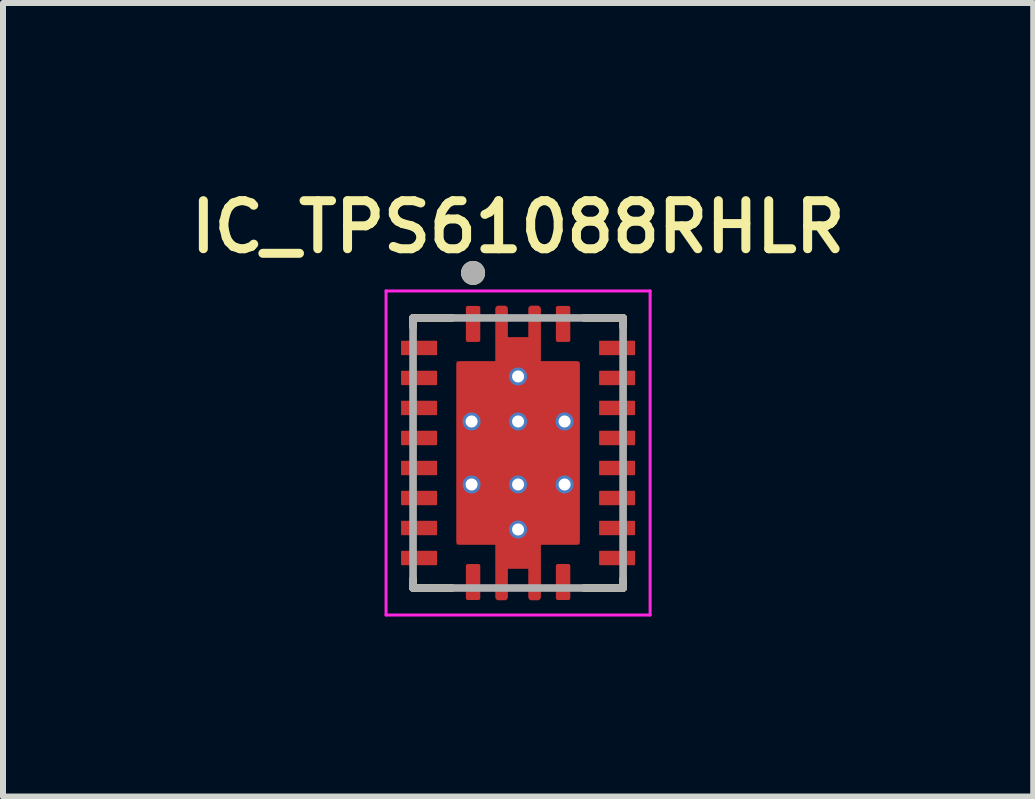
<source format=kicad_pcb>
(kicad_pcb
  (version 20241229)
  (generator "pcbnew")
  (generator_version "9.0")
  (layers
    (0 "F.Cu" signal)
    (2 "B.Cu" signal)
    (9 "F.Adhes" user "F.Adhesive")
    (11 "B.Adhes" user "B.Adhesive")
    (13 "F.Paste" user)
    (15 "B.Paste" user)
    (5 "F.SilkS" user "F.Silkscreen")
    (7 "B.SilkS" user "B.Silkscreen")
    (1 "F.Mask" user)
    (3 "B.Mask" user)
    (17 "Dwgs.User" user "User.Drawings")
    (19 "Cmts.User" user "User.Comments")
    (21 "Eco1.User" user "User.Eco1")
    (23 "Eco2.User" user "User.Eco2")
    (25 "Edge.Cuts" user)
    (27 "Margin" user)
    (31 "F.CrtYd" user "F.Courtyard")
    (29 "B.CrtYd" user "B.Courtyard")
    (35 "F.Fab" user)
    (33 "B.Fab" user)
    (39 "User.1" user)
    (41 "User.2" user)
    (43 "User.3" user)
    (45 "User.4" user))
  (footprint "IC_TPS61088RHLR"
    (layer "F.Cu")
    (at 5.583 4.498)
    (property "Reference" "IC_TPS61088RHLR" (at 0 -3.766 0) (layer "F.SilkS") (effects (font (size 0.801 0.801) (thickness 0.15))))
    (attr smd)
    (fp_poly (pts (xy -0.477 -1.627) (xy -0.477 -2.4) (xy -0.477 -2.408) (xy -0.476 -2.416) (xy -0.475 -2.424) (xy -0.474 -2.432) (xy -0.472 -2.439) (xy -0.47 -2.447) (xy -0.467 -2.454) (xy -0.464 -2.462) (xy -0.46 -2.469) (xy -0.457 -2.476) (xy -0.452 -2.483) (xy -0.448 -2.489) (xy -0.443 -2.496) (xy -0.438 -2.502) (xy -0.432 -2.507) (xy -0.427 -2.513) (xy -0.421 -2.518) (xy -0.414 -2.523) (xy -0.408 -2.527) (xy -0.401 -2.532) (xy -0.394 -2.535) (xy -0.387 -2.539) (xy -0.379 -2.542) (xy -0.372 -2.545) (xy -0.364 -2.547) (xy -0.357 -2.549) (xy -0.349 -2.55) (xy -0.341 -2.551) (xy -0.333 -2.552) (xy -0.325 -2.552) (xy -0.225 -2.552) (xy -0.217 -2.552) (xy -0.209 -2.551) (xy -0.201 -2.55) (xy -0.193 -2.549) (xy -0.186 -2.547) (xy -0.178 -2.545) (xy -0.171 -2.542) (xy -0.163 -2.539) (xy -0.156 -2.535) (xy -0.149 -2.532) (xy -0.142 -2.527) (xy -0.136 -2.523) (xy -0.129 -2.518) (xy -0.123 -2.513) (xy -0.118 -2.507) (xy -0.112 -2.502) (xy -0.107 -2.496) (xy -0.102 -2.489) (xy -0.098 -2.483) (xy -0.093 -2.476) (xy -0.09 -2.469) (xy -0.086 -2.462) (xy -0.083 -2.454) (xy -0.08 -2.447) (xy -0.078 -2.439) (xy -0.076 -2.432) (xy -0.075 -2.424) (xy -0.074 -2.416) (xy -0.073 -2.408) (xy -0.073 -2.4) (xy -0.073 -2.027) (xy 0.072 -2.027) (xy 0.073 -2.027) (xy 0.073 -2.402) (xy 0.073 -2.41) (xy 0.074 -2.418) (xy 0.075 -2.425) (xy 0.076 -2.433) (xy 0.078 -2.441) (xy 0.08 -2.448) (xy 0.083 -2.456) (xy 0.086 -2.463) (xy 0.089 -2.47) (xy 0.093 -2.477) (xy 0.097 -2.484) (xy 0.102 -2.49) (xy 0.106 -2.496) (xy 0.112 -2.502) (xy 0.117 -2.508) (xy 0.123 -2.513) (xy 0.129 -2.519) (xy 0.135 -2.523) (xy 0.141 -2.528) (xy 0.148 -2.532) (xy 0.155 -2.536) (xy 0.162 -2.539) (xy 0.169 -2.542) (xy 0.177 -2.545) (xy 0.184 -2.547) (xy 0.192 -2.549) (xy 0.2 -2.55) (xy 0.207 -2.551) (xy 0.215 -2.552) (xy 0.223 -2.552) (xy 0.326 -2.552) (xy 0.334 -2.552) (xy 0.342 -2.551) (xy 0.35 -2.55) (xy 0.357 -2.549) (xy 0.365 -2.547) (xy 0.373 -2.545) (xy 0.38 -2.542) (xy 0.387 -2.539) (xy 0.395 -2.536) (xy 0.401 -2.532) (xy 0.408 -2.528) (xy 0.415 -2.523) (xy 0.421 -2.518) (xy 0.427 -2.513) (xy 0.433 -2.508) (xy 0.438 -2.502) (xy 0.443 -2.496) (xy 0.448 -2.49) (xy 0.453 -2.483) (xy 0.457 -2.476) (xy 0.461 -2.47) (xy 0.464 -2.462) (xy 0.467 -2.455) (xy 0.47 -2.448) (xy 0.472 -2.44) (xy 0.474 -2.432) (xy 0.475 -2.425) (xy 0.476 -2.417) (xy 0.477 -2.409) (xy 0.477 -2.401) (xy 0.477 -1.627) (xy 0.975 -1.627) (xy 0.983 -1.627) (xy 0.991 -1.626) (xy 0.999 -1.625) (xy 1.007 -1.624) (xy 1.014 -1.622) (xy 1.022 -1.62) (xy 1.029 -1.617) (xy 1.037 -1.614) (xy 1.044 -1.61) (xy 1.051 -1.607) (xy 1.058 -1.602) (xy 1.064 -1.598) (xy 1.071 -1.593) (xy 1.077 -1.588) (xy 1.082 -1.582) (xy 1.088 -1.577) (xy 1.093 -1.571) (xy 1.098 -1.564) (xy 1.102 -1.558) (xy 1.107 -1.551) (xy 1.11 -1.544) (xy 1.114 -1.537) (xy 1.117 -1.529) (xy 1.12 -1.522) (xy 1.122 -1.514) (xy 1.124 -1.507) (xy 1.125 -1.499) (xy 1.126 -1.491) (xy 1.127 -1.483) (xy 1.127 -1.475) (xy 1.127 1.476) (xy 1.127 1.484) (xy 1.126 1.492) (xy 1.125 1.499) (xy 1.124 1.507) (xy 1.122 1.515) (xy 1.12 1.522) (xy 1.117 1.53) (xy 1.114 1.537) (xy 1.111 1.544) (xy 1.107 1.551) (xy 1.103 1.558) (xy 1.098 1.564) (xy 1.094 1.57) (xy 1.088 1.576) (xy 1.083 1.582) (xy 1.077 1.587) (xy 1.071 1.593) (xy 1.065 1.597) (xy 1.059 1.602) (xy 1.052 1.606) (xy 1.045 1.61) (xy 1.038 1.613) (xy 1.031 1.616) (xy 1.023 1.619) (xy 1.016 1.621) (xy 1.008 1.623) (xy 1 1.624) (xy 0.993 1.625) (xy 0.985 1.626) (xy 0.977 1.626) (xy 0.478 1.626) (xy 0.477 1.626) (xy 0.477 1.627) (xy 0.477 2.401) (xy 0.477 2.409) (xy 0.476 2.417) (xy 0.475 2.424) (xy 0.474 2.432) (xy 0.472 2.44) (xy 0.47 2.447) (xy 0.467 2.455) (xy 0.464 2.462) (xy 0.461 2.469) (xy 0.457 2.476) (xy 0.453 2.483) (xy 0.448 2.489) (xy 0.444 2.495) (xy 0.438 2.501) (xy 0.433 2.507) (xy 0.427 2.512) (xy 0.421 2.518) (xy 0.415 2.522) (xy 0.409 2.527) (xy 0.402 2.531) (xy 0.395 2.535) (xy 0.388 2.538) (xy 0.381 2.541) (xy 0.373 2.544) (xy 0.366 2.546) (xy 0.358 2.548) (xy 0.35 2.549) (xy 0.343 2.55) (xy 0.335 2.551) (xy 0.327 2.551) (xy 0.222 2.551) (xy 0.214 2.551) (xy 0.206 2.55) (xy 0.199 2.549) (xy 0.191 2.548) (xy 0.183 2.546) (xy 0.176 2.544) (xy 0.169 2.541) (xy 0.161 2.538) (xy 0.154 2.535) (xy 0.147 2.531) (xy 0.141 2.527) (xy 0.134 2.523) (xy 0.128 2.518) (xy 0.122 2.513) (xy 0.117 2.507) (xy 0.111 2.502) (xy 0.106 2.496) (xy 0.101 2.49) (xy 0.097 2.483) (xy 0.093 2.477) (xy 0.089 2.47) (xy 0.086 2.463) (xy 0.083 2.455) (xy 0.08 2.448) (xy 0.078 2.441) (xy 0.076 2.433) (xy 0.075 2.425) (xy 0.074 2.418) (xy 0.073 2.41) (xy 0.073 2.402) (xy 0.073 2.027) (xy -0.072 2.027) (xy -0.073 2.027) (xy -0.073 2.028) (xy -0.073 2.401) (xy -0.073 2.409) (xy -0.074 2.417) (xy -0.075 2.424) (xy -0.076 2.432) (xy -0.078 2.44) (xy -0.08 2.447) (xy -0.083 2.455) (xy -0.086 2.462) (xy -0.089 2.469) (xy -0.093 2.476) (xy -0.097 2.483) (xy -0.102 2.489) (xy -0.106 2.495) (xy -0.112 2.501) (xy -0.117 2.507) (xy -0.123 2.512) (xy -0.129 2.518) (xy -0.135 2.522) (xy -0.141 2.527) (xy -0.148 2.531) (xy -0.155 2.535) (xy -0.162 2.538) (xy -0.169 2.541) (xy -0.177 2.544) (xy -0.184 2.546) (xy -0.192 2.548) (xy -0.2 2.549) (xy -0.207 2.55) (xy -0.215 2.551) (xy -0.223 2.551) (xy -0.329 2.551) (xy -0.337 2.551) (xy -0.344 2.55) (xy -0.352 2.549) (xy -0.36 2.548) (xy -0.367 2.546) (xy -0.375 2.544) (xy -0.382 2.541) (xy -0.389 2.538) (xy -0.396 2.535) (xy -0.403 2.531) (xy -0.41 2.527) (xy -0.416 2.523) (xy -0.422 2.518) (xy -0.428 2.513) (xy -0.434 2.508) (xy -0.439 2.502) (xy -0.444 2.496) (xy -0.449 2.49) (xy -0.453 2.484) (xy -0.457 2.477) (xy -0.461 2.47) (xy -0.464 2.463) (xy -0.467 2.456) (xy -0.47 2.449) (xy -0.472 2.441) (xy -0.474 2.434) (xy -0.475 2.426) (xy -0.476 2.418) (xy -0.477 2.411) (xy -0.477 2.403) (xy -0.477 1.627) (xy -0.975 1.627) (xy -0.983 1.627) (xy -0.991 1.626) (xy -0.999 1.625) (xy -1.007 1.624) (xy -1.014 1.622) (xy -1.022 1.62) (xy -1.029 1.617) (xy -1.037 1.614) (xy -1.044 1.61) (xy -1.051 1.607) (xy -1.058 1.602) (xy -1.064 1.598) (xy -1.071 1.593) (xy -1.077 1.588) (xy -1.082 1.582) (xy -1.088 1.577) (xy -1.093 1.571) (xy -1.098 1.564) (xy -1.102 1.558) (xy -1.107 1.551) (xy -1.11 1.544) (xy -1.114 1.537) (xy -1.117 1.529) (xy -1.12 1.522) (xy -1.122 1.514) (xy -1.124 1.507) (xy -1.125 1.499) (xy -1.126 1.491) (xy -1.127 1.483) (xy -1.127 1.475) (xy -1.127 -1.474) (xy -1.127 -1.482) (xy -1.126 -1.49) (xy -1.125 -1.498) (xy -1.124 -1.506) (xy -1.122 -1.513) (xy -1.12 -1.521) (xy -1.117 -1.528) (xy -1.114 -1.536) (xy -1.11 -1.543) (xy -1.107 -1.55) (xy -1.102 -1.557) (xy -1.098 -1.563) (xy -1.093 -1.57) (xy -1.088 -1.576) (xy -1.082 -1.581) (xy -1.077 -1.587) (xy -1.071 -1.592) (xy -1.064 -1.597) (xy -1.058 -1.601) (xy -1.051 -1.606) (xy -1.044 -1.609) (xy -1.037 -1.613) (xy -1.029 -1.616) (xy -1.022 -1.619) (xy -1.014 -1.621) (xy -1.007 -1.623) (xy -0.999 -1.624) (xy -0.991 -1.625) (xy -0.983 -1.626) (xy -0.975 -1.626) (xy -0.478 -1.626) (xy -0.477 -1.626) (xy -0.477 -1.627)) (stroke (width 0.01) (type solid)) (fill yes) (layer "F.Mask"))
    (fp_line (start -1.75 -2.25) (end -1.1 -2.25) (stroke (width 0.127) (type solid)) (layer "F.SilkS"))
    (fp_line (start -1.75 -2.1) (end -1.75 -2.25) (stroke (width 0.127) (type solid)) (layer "F.SilkS"))
    (fp_line (start -1.75 2.1) (end -1.75 2.25) (stroke (width 0.127) (type solid)) (layer "F.SilkS"))
    (fp_line (start -1.75 2.25) (end -1.1 2.25) (stroke (width 0.127) (type solid)) (layer "F.SilkS"))
    (fp_line (start 1.1 -2.25) (end 1.75 -2.25) (stroke (width 0.127) (type solid)) (layer "F.SilkS"))
    (fp_line (start 1.1 2.25) (end 1.75 2.25) (stroke (width 0.127) (type solid)) (layer "F.SilkS"))
    (fp_line (start 1.75 -2.25) (end 1.75 -2.1) (stroke (width 0.127) (type solid)) (layer "F.SilkS"))
    (fp_line (start 1.75 2.25) (end 1.75 2.1) (stroke (width 0.127) (type solid)) (layer "F.SilkS"))
    (fp_circle (center -0.75 -3) (end -0.65 -3) (stroke (width 0.2) (type solid)) (fill no) (layer "F.SilkS"))
    (fp_poly (pts (xy -1.02 -0.625) (xy -0.1 -0.625) (xy -0.1 -1.475) (xy -1.02 -1.475)) (stroke (width 0.01) (type solid)) (fill yes) (layer "F.Paste"))
    (fp_poly (pts (xy -1.02 0.425) (xy -0.1 0.425) (xy -0.1 -0.425) (xy -1.02 -0.425)) (stroke (width 0.01) (type solid)) (fill yes) (layer "F.Paste"))
    (fp_poly (pts (xy -1.02 1.475) (xy -0.1 1.475) (xy -0.1 0.625) (xy -1.02 0.625)) (stroke (width 0.01) (type solid)) (fill yes) (layer "F.Paste"))
    (fp_poly (pts (xy 0.1 -0.625) (xy 1.02 -0.625) (xy 1.02 -1.475) (xy 0.1 -1.475)) (stroke (width 0.01) (type solid)) (fill yes) (layer "F.Paste"))
    (fp_poly (pts (xy 0.1 0.425) (xy 1.02 0.425) (xy 1.02 -0.425) (xy 0.1 -0.425)) (stroke (width 0.01) (type solid)) (fill yes) (layer "F.Paste"))
    (fp_poly (pts (xy 0.1 1.475) (xy 1.02 1.475) (xy 1.02 0.625) (xy 0.1 0.625)) (stroke (width 0.01) (type solid)) (fill yes) (layer "F.Paste"))
    (fp_poly (pts (xy -0.375 -1.675) (xy -0.375 -2.4) (xy -0.375 -2.403) (xy -0.375 -2.405) (xy -0.374 -2.408) (xy -0.374 -2.41) (xy -0.373 -2.413) (xy -0.373 -2.415) (xy -0.372 -2.418) (xy -0.371 -2.42) (xy -0.37 -2.423) (xy -0.368 -2.425) (xy -0.367 -2.427) (xy -0.365 -2.429) (xy -0.364 -2.431) (xy -0.362 -2.433) (xy -0.36 -2.435) (xy -0.358 -2.437) (xy -0.356 -2.439) (xy -0.354 -2.44) (xy -0.352 -2.442) (xy -0.35 -2.443) (xy -0.348 -2.445) (xy -0.345 -2.446) (xy -0.343 -2.447) (xy -0.34 -2.448) (xy -0.338 -2.448) (xy -0.335 -2.449) (xy -0.333 -2.449) (xy -0.33 -2.45) (xy -0.328 -2.45) (xy -0.325 -2.45) (xy -0.225 -2.45) (xy -0.222 -2.45) (xy -0.22 -2.45) (xy -0.217 -2.449) (xy -0.215 -2.449) (xy -0.212 -2.448) (xy -0.21 -2.448) (xy -0.207 -2.447) (xy -0.205 -2.446) (xy -0.202 -2.445) (xy -0.2 -2.443) (xy -0.198 -2.442) (xy -0.196 -2.44) (xy -0.194 -2.439) (xy -0.192 -2.437) (xy -0.19 -2.435) (xy -0.188 -2.433) (xy -0.186 -2.431) (xy -0.185 -2.429) (xy -0.183 -2.427) (xy -0.182 -2.425) (xy -0.18 -2.423) (xy -0.179 -2.42) (xy -0.178 -2.418) (xy -0.177 -2.415) (xy -0.177 -2.413) (xy -0.176 -2.41) (xy -0.176 -2.408) (xy -0.175 -2.405) (xy -0.175 -2.403) (xy -0.175 -2.4) (xy -0.175 -1.925) (xy 0.175 -1.925) (xy 0.175 -2.4) (xy 0.175 -2.403) (xy 0.175 -2.405) (xy 0.176 -2.408) (xy 0.176 -2.41) (xy 0.177 -2.413) (xy 0.177 -2.415) (xy 0.178 -2.418) (xy 0.179 -2.42) (xy 0.18 -2.423) (xy 0.182 -2.425) (xy 0.183 -2.427) (xy 0.185 -2.429) (xy 0.186 -2.431) (xy 0.188 -2.433) (xy 0.19 -2.435) (xy 0.192 -2.437) (xy 0.194 -2.439) (xy 0.196 -2.44) (xy 0.198 -2.442) (xy 0.2 -2.443) (xy 0.202 -2.445) (xy 0.205 -2.446) (xy 0.207 -2.447) (xy 0.21 -2.448) (xy 0.212 -2.448) (xy 0.215 -2.449) (xy 0.217 -2.449) (xy 0.22 -2.45) (xy 0.222 -2.45) (xy 0.225 -2.45) (xy 0.325 -2.45) (xy 0.328 -2.45) (xy 0.33 -2.45) (xy 0.333 -2.449) (xy 0.335 -2.449) (xy 0.338 -2.448) (xy 0.34 -2.448) (xy 0.343 -2.447) (xy 0.345 -2.446) (xy 0.348 -2.445) (xy 0.35 -2.443) (xy 0.352 -2.442) (xy 0.354 -2.44) (xy 0.356 -2.439) (xy 0.358 -2.437) (xy 0.36 -2.435) (xy 0.362 -2.433) (xy 0.364 -2.431) (xy 0.365 -2.429) (xy 0.367 -2.427) (xy 0.368 -2.425) (xy 0.37 -2.423) (xy 0.371 -2.42) (xy 0.372 -2.418) (xy 0.373 -2.415) (xy 0.373 -2.413) (xy 0.374 -2.41) (xy 0.374 -2.408) (xy 0.375 -2.405) (xy 0.375 -2.403) (xy 0.375 -2.4) (xy 0.375 -1.675) (xy -0.375 -1.675)) (stroke (width 0.01) (type solid)) (fill yes) (layer "F.Paste"))
    (fp_poly (pts (xy 0.375 1.675) (xy 0.375 2.4) (xy 0.375 2.403) (xy 0.375 2.405) (xy 0.374 2.408) (xy 0.374 2.41) (xy 0.373 2.413) (xy 0.373 2.415) (xy 0.372 2.418) (xy 0.371 2.42) (xy 0.37 2.423) (xy 0.368 2.425) (xy 0.367 2.427) (xy 0.365 2.429) (xy 0.364 2.431) (xy 0.362 2.433) (xy 0.36 2.435) (xy 0.358 2.437) (xy 0.356 2.439) (xy 0.354 2.44) (xy 0.352 2.442) (xy 0.35 2.443) (xy 0.348 2.445) (xy 0.345 2.446) (xy 0.343 2.447) (xy 0.34 2.448) (xy 0.338 2.448) (xy 0.335 2.449) (xy 0.333 2.449) (xy 0.33 2.45) (xy 0.328 2.45) (xy 0.325 2.45) (xy 0.225 2.45) (xy 0.222 2.45) (xy 0.22 2.45) (xy 0.217 2.449) (xy 0.215 2.449) (xy 0.212 2.448) (xy 0.21 2.448) (xy 0.207 2.447) (xy 0.205 2.446) (xy 0.202 2.445) (xy 0.2 2.443) (xy 0.198 2.442) (xy 0.196 2.44) (xy 0.194 2.439) (xy 0.192 2.437) (xy 0.19 2.435) (xy 0.188 2.433) (xy 0.186 2.431) (xy 0.185 2.429) (xy 0.183 2.427) (xy 0.182 2.425) (xy 0.18 2.423) (xy 0.179 2.42) (xy 0.178 2.418) (xy 0.177 2.415) (xy 0.177 2.413) (xy 0.176 2.41) (xy 0.176 2.408) (xy 0.175 2.405) (xy 0.175 2.403) (xy 0.175 2.4) (xy 0.175 1.925) (xy -0.175 1.925) (xy -0.175 2.4) (xy -0.175 2.403) (xy -0.175 2.405) (xy -0.176 2.408) (xy -0.176 2.41) (xy -0.177 2.413) (xy -0.177 2.415) (xy -0.178 2.418) (xy -0.179 2.42) (xy -0.18 2.423) (xy -0.182 2.425) (xy -0.183 2.427) (xy -0.185 2.429) (xy -0.186 2.431) (xy -0.188 2.433) (xy -0.19 2.435) (xy -0.192 2.437) (xy -0.194 2.439) (xy -0.196 2.44) (xy -0.198 2.442) (xy -0.2 2.443) (xy -0.202 2.445) (xy -0.205 2.446) (xy -0.207 2.447) (xy -0.21 2.448) (xy -0.212 2.448) (xy -0.215 2.449) (xy -0.217 2.449) (xy -0.22 2.45) (xy -0.222 2.45) (xy -0.225 2.45) (xy -0.325 2.45) (xy -0.328 2.45) (xy -0.33 2.45) (xy -0.333 2.449) (xy -0.335 2.449) (xy -0.338 2.448) (xy -0.34 2.448) (xy -0.343 2.447) (xy -0.345 2.446) (xy -0.348 2.445) (xy -0.35 2.443) (xy -0.352 2.442) (xy -0.354 2.44) (xy -0.356 2.439) (xy -0.358 2.437) (xy -0.36 2.435) (xy -0.362 2.433) (xy -0.364 2.431) (xy -0.365 2.429) (xy -0.367 2.427) (xy -0.368 2.425) (xy -0.37 2.423) (xy -0.371 2.42) (xy -0.372 2.418) (xy -0.373 2.415) (xy -0.373 2.413) (xy -0.374 2.41) (xy -0.374 2.408) (xy -0.375 2.405) (xy -0.375 2.403) (xy -0.375 2.4) (xy -0.375 1.675) (xy 0.375 1.675)) (stroke (width 0.01) (type solid)) (fill yes) (layer "F.Paste"))
    (fp_line (start -2.2 -2.7) (end -2.2 2.7) (stroke (width 0.05) (type solid)) (layer "F.CrtYd"))
    (fp_line (start -2.2 2.7) (end 2.2 2.7) (stroke (width 0.05) (type solid)) (layer "F.CrtYd"))
    (fp_line (start 2.2 -2.7) (end -2.2 -2.7) (stroke (width 0.05) (type solid)) (layer "F.CrtYd"))
    (fp_line (start 2.2 2.7) (end 2.2 -2.7) (stroke (width 0.05) (type solid)) (layer "F.CrtYd"))
    (fp_line (start -1.75 -2.25) (end 1.75 -2.25) (stroke (width 0.127) (type solid)) (layer "F.Fab"))
    (fp_line (start -1.75 2.25) (end -1.75 -2.25) (stroke (width 0.127) (type solid)) (layer "F.Fab"))
    (fp_line (start 1.75 -2.25) (end 1.75 2.25) (stroke (width 0.127) (type solid)) (layer "F.Fab"))
    (fp_line (start 1.75 2.25) (end -1.75 2.25) (stroke (width 0.127) (type solid)) (layer "F.Fab"))
    (fp_circle (center -0.75 -3) (end -0.65 -3) (stroke (width 0.2) (type solid)) (fill no) (layer "F.Fab"))
    (pad "1" smd roundrect (at -0.75 -2.15) (size 0.24 0.6) (layers "F.Cu" "F.Mask" "F.Paste") (roundrect_rratio 0.13))
    (pad "2" smd roundrect (at -1.65 -1.75) (size 0.6 0.24) (layers "F.Cu" "F.Mask" "F.Paste") (roundrect_rratio 0.05))
    (pad "3" smd roundrect (at -1.65 -1.25) (size 0.6 0.24) (layers "F.Cu" "F.Mask" "F.Paste") (roundrect_rratio 0.05))
    (pad "4" smd roundrect (at -1.65 -0.75) (size 0.6 0.24) (layers "F.Cu" "F.Mask" "F.Paste") (roundrect_rratio 0.05))
    (pad "5" smd roundrect (at -1.65 -0.25) (size 0.6 0.24) (layers "F.Cu" "F.Mask" "F.Paste") (roundrect_rratio 0.05))
    (pad "6" smd roundrect (at -1.65 0.25) (size 0.6 0.24) (layers "F.Cu" "F.Mask" "F.Paste") (roundrect_rratio 0.05))
    (pad "7" smd roundrect (at -1.65 0.75) (size 0.6 0.24) (layers "F.Cu" "F.Mask" "F.Paste") (roundrect_rratio 0.05))
    (pad "8" smd roundrect (at -1.65 1.25) (size 0.6 0.24) (layers "F.Cu" "F.Mask" "F.Paste") (roundrect_rratio 0.05))
    (pad "9" smd roundrect (at -1.65 1.75) (size 0.6 0.24) (layers "F.Cu" "F.Mask" "F.Paste") (roundrect_rratio 0.05))
    (pad "10" smd roundrect (at -0.75 2.15) (size 0.24 0.6) (layers "F.Cu" "F.Mask" "F.Paste") (roundrect_rratio 0.13))
    (pad "11" smd roundrect (at 0.75 2.15) (size 0.24 0.6) (layers "F.Cu" "F.Mask" "F.Paste") (roundrect_rratio 0.13))
    (pad "12" smd roundrect (at 1.65 1.75) (size 0.6 0.24) (layers "F.Cu" "F.Mask" "F.Paste") (roundrect_rratio 0.05))
    (pad "13" smd roundrect (at 1.65 1.25) (size 0.6 0.24) (layers "F.Cu" "F.Mask" "F.Paste") (roundrect_rratio 0.05))
    (pad "14" smd roundrect (at 1.65 0.75) (size 0.6 0.24) (layers "F.Cu" "F.Mask" "F.Paste") (roundrect_rratio 0.05))
    (pad "15" smd roundrect (at 1.65 0.25) (size 0.6 0.24) (layers "F.Cu" "F.Mask" "F.Paste") (roundrect_rratio 0.05))
    (pad "16" smd roundrect (at 1.65 -0.25) (size 0.6 0.24) (layers "F.Cu" "F.Mask" "F.Paste") (roundrect_rratio 0.05))
    (pad "17" smd roundrect (at 1.65 -0.75) (size 0.6 0.24) (layers "F.Cu" "F.Mask" "F.Paste") (roundrect_rratio 0.05))
    (pad "18" smd roundrect (at 1.65 -1.25) (size 0.6 0.24) (layers "F.Cu" "F.Mask" "F.Paste") (roundrect_rratio 0.05))
    (pad "19" smd roundrect (at 1.65 -1.75) (size 0.6 0.24) (layers "F.Cu" "F.Mask" "F.Paste") (roundrect_rratio 0.05))
    (pad "20" smd roundrect (at 0.75 -2.15) (size 0.24 0.6) (layers "F.Cu" "F.Mask" "F.Paste") (roundrect_rratio 0.13))
    (pad "21" smd custom (at 0 0) (size 2.05 3.05) (layers "F.Cu" "F.Mask") (options (anchor rect)) (primitives (gr_poly (pts (xy -0.375 -1.525) (xy -0.375 -2.4) (xy -0.375 -2.403) (xy -0.375 -2.405) (xy -0.374 -2.408) (xy -0.374 -2.41) (xy -0.373 -2.413) (xy -0.373 -2.415) (xy -0.372 -2.418) (xy -0.371 -2.42) (xy -0.37 -2.423) (xy -0.368 -2.425) (xy -0.367 -2.427) (xy -0.365 -2.429) (xy -0.364 -2.431) (xy -0.362 -2.433) (xy -0.36 -2.435) (xy -0.358 -2.437) (xy -0.356 -2.439) (xy -0.354 -2.44) (xy -0.352 -2.442) (xy -0.35 -2.443) (xy -0.348 -2.445) (xy -0.345 -2.446) (xy -0.343 -2.447) (xy -0.34 -2.448) (xy -0.338 -2.448) (xy -0.335 -2.449) (xy -0.333 -2.449) (xy -0.33 -2.45) (xy -0.328 -2.45) (xy -0.325 -2.45) (xy -0.225 -2.45) (xy -0.222 -2.45) (xy -0.22 -2.45) (xy -0.217 -2.449) (xy -0.215 -2.449) (xy -0.212 -2.448) (xy -0.21 -2.448) (xy -0.207 -2.447) (xy -0.205 -2.446) (xy -0.202 -2.445) (xy -0.2 -2.443) (xy -0.198 -2.442) (xy -0.196 -2.44) (xy -0.194 -2.439) (xy -0.192 -2.437) (xy -0.19 -2.435) (xy -0.188 -2.433) (xy -0.186 -2.431) (xy -0.185 -2.429) (xy -0.183 -2.427) (xy -0.182 -2.425) (xy -0.18 -2.423) (xy -0.179 -2.42) (xy -0.178 -2.418) (xy -0.177 -2.415) (xy -0.177 -2.413) (xy -0.176 -2.41) (xy -0.176 -2.408) (xy -0.175 -2.405) (xy -0.175 -2.403) (xy -0.175 -2.4) (xy -0.175 -1.925) (xy 0.175 -1.925) (xy 0.175 -2.4) (xy 0.175 -2.403) (xy 0.175 -2.405) (xy 0.176 -2.408) (xy 0.176 -2.41) (xy 0.177 -2.413) (xy 0.177 -2.415) (xy 0.178 -2.418) (xy 0.179 -2.42) (xy 0.18 -2.423) (xy 0.182 -2.425) (xy 0.183 -2.427) (xy 0.185 -2.429) (xy 0.186 -2.431) (xy 0.188 -2.433) (xy 0.19 -2.435) (xy 0.192 -2.437) (xy 0.194 -2.439) (xy 0.196 -2.44) (xy 0.198 -2.442) (xy 0.2 -2.443) (xy 0.202 -2.445) (xy 0.205 -2.446) (xy 0.207 -2.447) (xy 0.21 -2.448) (xy 0.212 -2.448) (xy 0.215 -2.449) (xy 0.217 -2.449) (xy 0.22 -2.45) (xy 0.222 -2.45) (xy 0.225 -2.45) (xy 0.325 -2.45) (xy 0.328 -2.45) (xy 0.33 -2.45) (xy 0.333 -2.449) (xy 0.335 -2.449) (xy 0.338 -2.448) (xy 0.34 -2.448) (xy 0.343 -2.447) (xy 0.345 -2.446) (xy 0.348 -2.445) (xy 0.35 -2.443) (xy 0.352 -2.442) (xy 0.354 -2.44) (xy 0.356 -2.439) (xy 0.358 -2.437) (xy 0.36 -2.435) (xy 0.362 -2.433) (xy 0.364 -2.431) (xy 0.365 -2.429) (xy 0.367 -2.427) (xy 0.368 -2.425) (xy 0.37 -2.423) (xy 0.371 -2.42) (xy 0.372 -2.418) (xy 0.373 -2.415) (xy 0.373 -2.413) (xy 0.374 -2.41) (xy 0.374 -2.408) (xy 0.375 -2.405) (xy 0.375 -2.403) (xy 0.375 -2.4) (xy 0.375 -1.525) (xy 0.975 -1.525) (xy 0.978 -1.525) (xy 0.98 -1.525) (xy 0.983 -1.524) (xy 0.985 -1.524) (xy 0.988 -1.523) (xy 0.99 -1.523) (xy 0.993 -1.522) (xy 0.995 -1.521) (xy 0.998 -1.52) (xy 1 -1.518) (xy 1.002 -1.517) (xy 1.004 -1.515) (xy 1.006 -1.514) (xy 1.008 -1.512) (xy 1.01 -1.51) (xy 1.012 -1.508) (xy 1.014 -1.506) (xy 1.015 -1.504) (xy 1.017 -1.502) (xy 1.018 -1.5) (xy 1.02 -1.498) (xy 1.021 -1.495) (xy 1.022 -1.493) (xy 1.023 -1.49) (xy 1.023 -1.488) (xy 1.024 -1.485) (xy 1.024 -1.483) (xy 1.025 -1.48) (xy 1.025 -1.478) (xy 1.025 -1.475) (xy 1.025 1.475) (xy 1.025 1.478) (xy 1.025 1.48) (xy 1.024 1.483) (xy 1.024 1.485) (xy 1.023 1.488) (xy 1.023 1.49) (xy 1.022 1.493) (xy 1.021 1.495) (xy 1.02 1.498) (xy 1.018 1.5) (xy 1.017 1.502) (xy 1.015 1.504) (xy 1.014 1.506) (xy 1.012 1.508) (xy 1.01 1.51) (xy 1.008 1.512) (xy 1.006 1.514) (xy 1.004 1.515) (xy 1.002 1.517) (xy 1 1.518) (xy 0.998 1.52) (xy 0.995 1.521) (xy 0.993 1.522) (xy 0.99 1.523) (xy 0.988 1.523) (xy 0.985 1.524) (xy 0.983 1.524) (xy 0.98 1.525) (xy 0.978 1.525) (xy 0.975 1.525) (xy 0.375 1.525) (xy 0.375 2.4) (xy 0.375 2.403) (xy 0.375 2.405) (xy 0.374 2.408) (xy 0.374 2.41) (xy 0.373 2.413) (xy 0.373 2.415) (xy 0.372 2.418) (xy 0.371 2.42) (xy 0.37 2.423) (xy 0.368 2.425) (xy 0.367 2.427) (xy 0.365 2.429) (xy 0.364 2.431) (xy 0.362 2.433) (xy 0.36 2.435) (xy 0.358 2.437) (xy 0.356 2.439) (xy 0.354 2.44) (xy 0.352 2.442) (xy 0.35 2.443) (xy 0.348 2.445) (xy 0.345 2.446) (xy 0.343 2.447) (xy 0.34 2.448) (xy 0.338 2.448) (xy 0.335 2.449) (xy 0.333 2.449) (xy 0.33 2.45) (xy 0.328 2.45) (xy 0.325 2.45) (xy 0.225 2.45) (xy 0.222 2.45) (xy 0.22 2.45) (xy 0.217 2.449) (xy 0.215 2.449) (xy 0.212 2.448) (xy 0.21 2.448) (xy 0.207 2.447) (xy 0.205 2.446) (xy 0.202 2.445) (xy 0.2 2.443) (xy 0.198 2.442) (xy 0.196 2.44) (xy 0.194 2.439) (xy 0.192 2.437) (xy 0.19 2.435) (xy 0.188 2.433) (xy 0.186 2.431) (xy 0.185 2.429) (xy 0.183 2.427) (xy 0.182 2.425) (xy 0.18 2.423) (xy 0.179 2.42) (xy 0.178 2.418) (xy 0.177 2.415) (xy 0.177 2.413) (xy 0.176 2.41) (xy 0.176 2.408) (xy 0.175 2.405) (xy 0.175 2.403) (xy 0.175 2.4) (xy 0.175 1.925) (xy -0.175 1.925) (xy -0.175 2.4) (xy -0.175 2.403) (xy -0.175 2.405) (xy -0.176 2.408) (xy -0.176 2.41) (xy -0.177 2.413) (xy -0.177 2.415) (xy -0.178 2.418) (xy -0.179 2.42) (xy -0.18 2.423) (xy -0.182 2.425) (xy -0.183 2.427) (xy -0.185 2.429) (xy -0.186 2.431) (xy -0.188 2.433) (xy -0.19 2.435) (xy -0.192 2.437) (xy -0.194 2.439) (xy -0.196 2.44) (xy -0.198 2.442) (xy -0.2 2.443) (xy -0.202 2.445) (xy -0.205 2.446) (xy -0.207 2.447) (xy -0.21 2.448) (xy -0.212 2.448) (xy -0.215 2.449) (xy -0.217 2.449) (xy -0.22 2.45) (xy -0.222 2.45) (xy -0.225 2.45) (xy -0.325 2.45) (xy -0.328 2.45) (xy -0.33 2.45) (xy -0.333 2.449) (xy -0.335 2.449) (xy -0.338 2.448) (xy -0.34 2.448) (xy -0.343 2.447) (xy -0.345 2.446) (xy -0.348 2.445) (xy -0.35 2.443) (xy -0.352 2.442) (xy -0.354 2.44) (xy -0.356 2.439) (xy -0.358 2.437) (xy -0.36 2.435) (xy -0.362 2.433) (xy -0.364 2.431) (xy -0.365 2.429) (xy -0.367 2.427) (xy -0.368 2.425) (xy -0.37 2.423) (xy -0.371 2.42) (xy -0.372 2.418) (xy -0.373 2.415) (xy -0.373 2.413) (xy -0.374 2.41) (xy -0.374 2.408) (xy -0.375 2.405) (xy -0.375 2.403) (xy -0.375 2.4) (xy -0.375 1.525) (xy -0.975 1.525) (xy -0.978 1.525) (xy -0.98 1.525) (xy -0.983 1.524) (xy -0.985 1.524) (xy -0.988 1.523) (xy -0.99 1.523) (xy -0.993 1.522) (xy -0.995 1.521) (xy -0.998 1.52) (xy -1 1.518) (xy -1.002 1.517) (xy -1.004 1.515) (xy -1.006 1.514) (xy -1.008 1.512) (xy -1.01 1.51) (xy -1.012 1.508) (xy -1.014 1.506) (xy -1.015 1.504) (xy -1.017 1.502) (xy -1.018 1.5) (xy -1.02 1.498) (xy -1.021 1.495) (xy -1.022 1.493) (xy -1.023 1.49) (xy -1.023 1.488) (xy -1.024 1.485) (xy -1.024 1.483) (xy -1.025 1.48) (xy -1.025 1.478) (xy -1.025 1.475) (xy -1.025 -1.475) (xy -1.025 -1.478) (xy -1.025 -1.48) (xy -1.024 -1.483) (xy -1.024 -1.485) (xy -1.023 -1.488) (xy -1.023 -1.49) (xy -1.022 -1.493) (xy -1.021 -1.495) (xy -1.02 -1.498) (xy -1.018 -1.5) (xy -1.017 -1.502) (xy -1.015 -1.504) (xy -1.014 -1.506) (xy -1.012 -1.508) (xy -1.01 -1.51) (xy -1.008 -1.512) (xy -1.006 -1.514) (xy -1.004 -1.515) (xy -1.002 -1.517) (xy -1 -1.518) (xy -0.998 -1.52) (xy -0.995 -1.521) (xy -0.993 -1.522) (xy -0.99 -1.523) (xy -0.988 -1.523) (xy -0.985 -1.524) (xy -0.983 -1.524) (xy -0.98 -1.525) (xy -0.978 -1.525) (xy -0.975 -1.525) (xy -0.375 -1.525)) (width 0.01) (fill yes))))
    (pad "22" thru_hole circle (at 0 -1.275) (size 0.3 0.3) (drill 0.2) (layers "*.Cu" "*.Mask"))
    (pad "23" thru_hole circle (at -0.775 -0.525) (size 0.3 0.3) (drill 0.2) (layers "*.Cu" "*.Mask"))
    (pad "24" thru_hole circle (at 0 -0.525) (size 0.3 0.3) (drill 0.2) (layers "*.Cu" "*.Mask"))
    (pad "25" thru_hole circle (at 0.775 -0.525) (size 0.3 0.3) (drill 0.2) (layers "*.Cu" "*.Mask"))
    (pad "26" thru_hole circle (at -0.775 0.525) (size 0.3 0.3) (drill 0.2) (layers "*.Cu" "*.Mask"))
    (pad "27" thru_hole circle (at 0 0.525) (size 0.3 0.3) (drill 0.2) (layers "*.Cu" "*.Mask"))
    (pad "28" thru_hole circle (at 0.775 0.525) (size 0.3 0.3) (drill 0.2) (layers "*.Cu" "*.Mask"))
    (pad "29" thru_hole circle (at 0 1.275) (size 0.3 0.3) (drill 0.2) (layers "*.Cu" "*.Mask")))
  (gr_rect
    (start -3 -3)
    (end 14.167 10.223)
    (stroke (width 0.1) (type default))
    (fill no)
    (layer "Edge.Cuts")))
</source>
